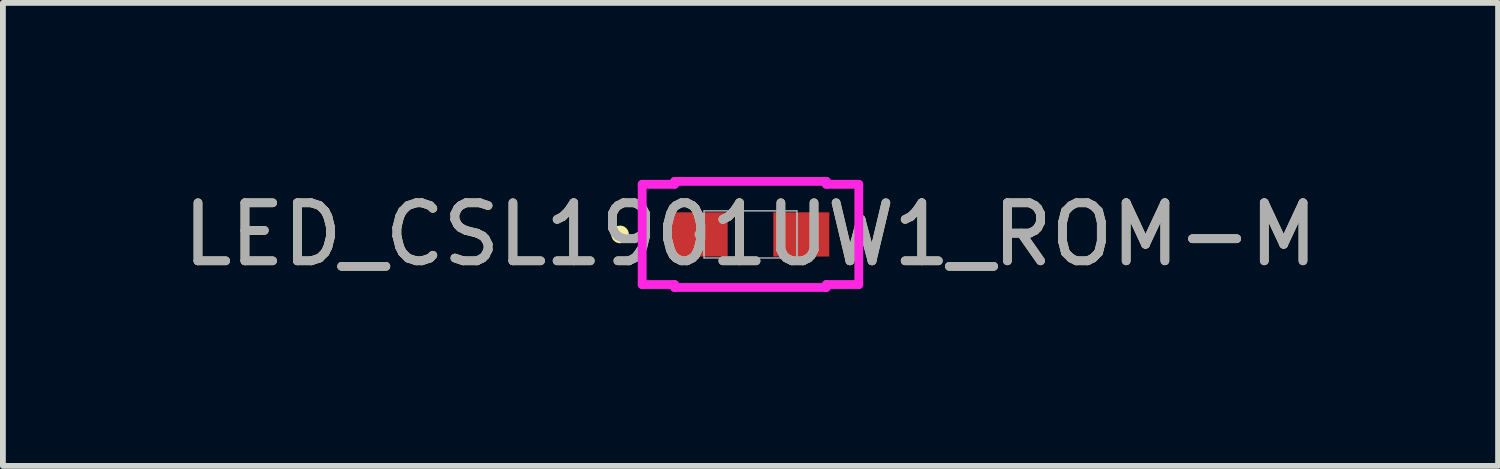
<source format=kicad_pcb>
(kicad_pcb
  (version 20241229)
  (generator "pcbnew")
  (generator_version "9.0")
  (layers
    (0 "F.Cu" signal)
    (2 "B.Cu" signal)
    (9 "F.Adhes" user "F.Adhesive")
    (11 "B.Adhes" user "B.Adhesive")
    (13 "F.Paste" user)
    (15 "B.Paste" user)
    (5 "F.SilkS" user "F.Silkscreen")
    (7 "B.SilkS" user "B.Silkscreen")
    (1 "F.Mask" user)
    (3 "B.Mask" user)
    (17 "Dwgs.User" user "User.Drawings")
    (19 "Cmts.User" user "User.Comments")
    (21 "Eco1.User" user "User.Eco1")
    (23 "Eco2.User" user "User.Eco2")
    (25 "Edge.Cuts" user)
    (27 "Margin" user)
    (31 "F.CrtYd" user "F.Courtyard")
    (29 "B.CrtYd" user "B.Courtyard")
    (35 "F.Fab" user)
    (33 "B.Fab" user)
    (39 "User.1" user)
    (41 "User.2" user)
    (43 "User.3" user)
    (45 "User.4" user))
  (footprint "LED_CSL1901UW1_ROM-M"
    (layer "F.Cu")
    (at 9.887 0.991)
    (property "Reference" "LED_CSL1901UW1_ROM-M" (at 0 0 0) (unlocked yes) (layer "F.SilkS") (effects (font (size 1 1) (thickness 0.15))))
    (attr smd)
    (fp_circle (center -2.248 0) (end -2.172 0) (stroke (width 0.152) (type solid)) (fill no) (layer "F.SilkS"))
    (fp_line (start -1.867 -0.864) (end -1.308 -0.864) (stroke (width 0.152) (type solid)) (layer "F.CrtYd"))
    (fp_line (start -1.867 0.864) (end -1.867 -0.864) (stroke (width 0.152) (type solid)) (layer "F.CrtYd"))
    (fp_line (start -1.308 -0.914) (end 1.308 -0.914) (stroke (width 0.152) (type solid)) (layer "F.CrtYd"))
    (fp_line (start -1.308 -0.864) (end -1.308 -0.914) (stroke (width 0.152) (type solid)) (layer "F.CrtYd"))
    (fp_line (start -1.308 0.864) (end -1.867 0.864) (stroke (width 0.152) (type solid)) (layer "F.CrtYd"))
    (fp_line (start -1.308 0.914) (end -1.308 0.864) (stroke (width 0.152) (type solid)) (layer "F.CrtYd"))
    (fp_line (start 1.308 -0.914) (end 1.308 -0.864) (stroke (width 0.152) (type solid)) (layer "F.CrtYd"))
    (fp_line (start 1.308 -0.864) (end 1.867 -0.864) (stroke (width 0.152) (type solid)) (layer "F.CrtYd"))
    (fp_line (start 1.308 0.864) (end 1.308 0.914) (stroke (width 0.152) (type solid)) (layer "F.CrtYd"))
    (fp_line (start 1.308 0.914) (end -1.308 0.914) (stroke (width 0.152) (type solid)) (layer "F.CrtYd"))
    (fp_line (start 1.867 -0.864) (end 1.867 0.864) (stroke (width 0.152) (type solid)) (layer "F.CrtYd"))
    (fp_line (start 1.867 0.864) (end 1.308 0.864) (stroke (width 0.152) (type solid)) (layer "F.CrtYd"))
    (fp_line (start -0.8 -0.406) (end -0.8 0.406) (stroke (width 0.025) (type solid)) (layer "F.Fab"))
    (fp_line (start -0.8 -0.356) (end -0.8 -0.356) (stroke (width 0.025) (type solid)) (layer "F.Fab"))
    (fp_line (start -0.8 -0.356) (end -0.8 0.356) (stroke (width 0.025) (type solid)) (layer "F.Fab"))
    (fp_line (start -0.8 0.356) (end -0.8 -0.356) (stroke (width 0.025) (type solid)) (layer "F.Fab"))
    (fp_line (start -0.8 0.356) (end -0.8 0.356) (stroke (width 0.025) (type solid)) (layer "F.Fab"))
    (fp_line (start -0.8 0.406) (end 0.8 0.406) (stroke (width 0.025) (type solid)) (layer "F.Fab"))
    (fp_line (start 0.8 -0.406) (end -0.8 -0.406) (stroke (width 0.025) (type solid)) (layer "F.Fab"))
    (fp_line (start 0.8 -0.356) (end 0.8 -0.356) (stroke (width 0.025) (type solid)) (layer "F.Fab"))
    (fp_line (start 0.8 -0.356) (end 0.8 0.356) (stroke (width 0.025) (type solid)) (layer "F.Fab"))
    (fp_line (start 0.8 0.356) (end 0.8 -0.356) (stroke (width 0.025) (type solid)) (layer "F.Fab"))
    (fp_line (start 0.8 0.356) (end 0.8 0.356) (stroke (width 0.025) (type solid)) (layer "F.Fab"))
    (fp_line (start 0.8 0.406) (end 0.8 -0.406) (stroke (width 0.025) (type solid)) (layer "F.Fab"))
    (fp_circle (center -0.876 0) (end -0.8 0) (stroke (width 0.025) (type solid)) (fill no) (layer "F.Fab"))
    (fp_text user "${REFERENCE}" (at 0 0 0) (unlocked yes) (layer "F.Fab") (effects (font (size 1 1) (thickness 0.15))))
    (pad "1" smd rect (at -0.876 0) (size 0.965 0.762) (layers "F.Cu" "F.Mask" "F.Paste"))
    (pad "2" smd rect (at 0.876 0) (size 0.965 0.762) (layers "F.Cu" "F.Mask" "F.Paste"))
    (zone (net_name "") (layer "F.Cu") (hatch full 0.508) (connect_pads) (min_thickness 0.254) (filled_areas_thickness no) (keepout (tracks not_allowed) (vias not_allowed) (pads allowed) (copperpour not_allowed) (footprints allowed)) (placement (enabled no)) (fill) (polygon (pts (xy 9.544 0.635) (xy 10.23 0.635) (xy 10.23 1.346) (xy 9.544 1.346)))))
  (gr_rect
    (start -3 -3)
    (end 22.774 4.981)
    (stroke (width 0.1) (type default))
    (fill no)
    (layer "Edge.Cuts")))
</source>
